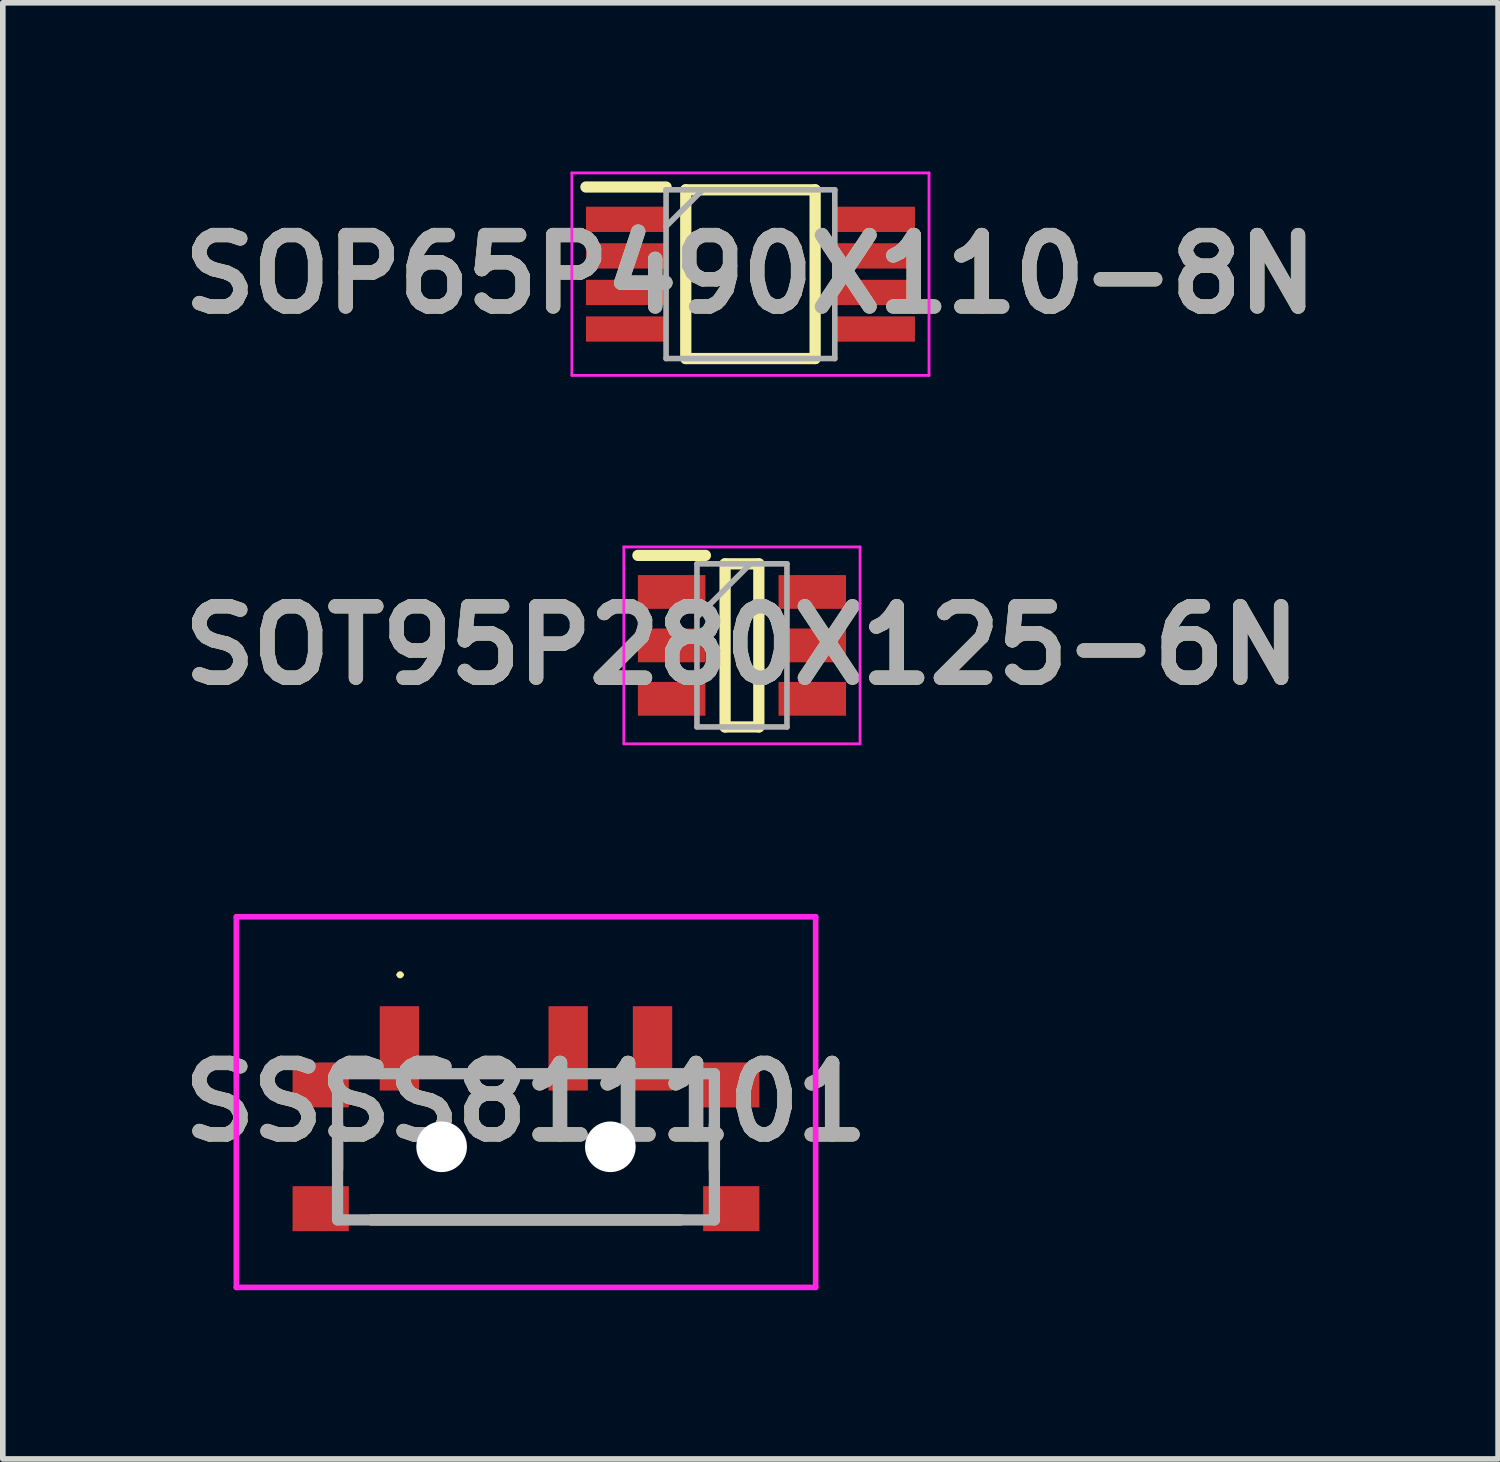
<source format=kicad_pcb>
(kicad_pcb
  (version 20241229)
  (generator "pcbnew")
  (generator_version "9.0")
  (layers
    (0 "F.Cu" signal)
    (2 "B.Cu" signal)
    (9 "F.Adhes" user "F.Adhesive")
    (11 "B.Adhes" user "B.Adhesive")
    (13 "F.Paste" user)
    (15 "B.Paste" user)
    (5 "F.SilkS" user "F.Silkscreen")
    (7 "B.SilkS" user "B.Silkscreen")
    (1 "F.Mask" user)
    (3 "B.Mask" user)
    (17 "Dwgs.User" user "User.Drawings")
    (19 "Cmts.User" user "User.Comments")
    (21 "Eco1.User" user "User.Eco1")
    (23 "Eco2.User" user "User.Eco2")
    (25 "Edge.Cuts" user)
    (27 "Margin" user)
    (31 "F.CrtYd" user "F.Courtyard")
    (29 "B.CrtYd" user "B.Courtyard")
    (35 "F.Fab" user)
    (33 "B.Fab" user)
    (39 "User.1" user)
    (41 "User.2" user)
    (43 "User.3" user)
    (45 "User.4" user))
  (footprint "SSSS811101"
    (layer "F.Cu")
    (at 6.302 17.34)
    (property "Reference" "SSSS811101" (at 0 -0.795 0) (layer "F.SilkS") (effects (font (size 1.27 1.27) (thickness 0.254))))
    (attr through_hole)
    (fp_line (start -3.35 -0.4) (end -3.35 0.4) (stroke (width 0.2) (type solid)) (layer "F.SilkS"))
    (fp_line (start -2.748 1.3) (end 2.748 1.3) (stroke (width 0.2) (type solid)) (layer "F.SilkS"))
    (fp_line (start -2.27 -3.058) (end -2.27 -3.058) (stroke (width 0.063) (type solid)) (layer "F.SilkS"))
    (fp_line (start -2.206 -3.058) (end -2.206 -3.058) (stroke (width 0.063) (type solid)) (layer "F.SilkS"))
    (fp_line (start 3.35 -0.4) (end 3.35 0.4) (stroke (width 0.2) (type solid)) (layer "F.SilkS"))
    (fp_arc (start -2.27 -3.058) (mid -2.238 -3.09) (end -2.206 -3.058) (stroke (width 0.06306) (type solid)) (layer "F.SilkS"))
    (fp_arc (start -2.206 -3.058) (mid -2.238 -3.026) (end -2.27 -3.058) (stroke (width 0.06306) (type solid)) (layer "F.SilkS"))
    (fp_line (start -5.15 -4.09) (end 5.15 -4.09) (stroke (width 0.1) (type solid)) (layer "F.CrtYd"))
    (fp_line (start -5.15 2.5) (end -5.15 -4.09) (stroke (width 0.1) (type solid)) (layer "F.CrtYd"))
    (fp_line (start 5.15 -4.09) (end 5.15 2.5) (stroke (width 0.1) (type solid)) (layer "F.CrtYd"))
    (fp_line (start 5.15 2.5) (end -5.15 2.5) (stroke (width 0.1) (type solid)) (layer "F.CrtYd"))
    (fp_line (start -3.35 -1.3) (end 3.35 -1.3) (stroke (width 0.2) (type solid)) (layer "F.Fab"))
    (fp_line (start -3.35 1.3) (end -3.35 -1.3) (stroke (width 0.2) (type solid)) (layer "F.Fab"))
    (fp_line (start 3.35 -1.3) (end 3.35 1.3) (stroke (width 0.2) (type solid)) (layer "F.Fab"))
    (fp_line (start 3.35 1.3) (end -3.35 1.3) (stroke (width 0.2) (type solid)) (layer "F.Fab"))
    (fp_text user "${REFERENCE}" (at 0 -0.795 0) (layer "F.Fab") (effects (font (size 1.27 1.27) (thickness 0.254))))
    (pad "" np_thru_hole circle (at -1.5 0) (size 0.9 0.9) (drill 0.9) (layers "*.Cu" "*.Mask"))
    (pad "" np_thru_hole circle (at 1.5 0) (size 0.9 0.9) (drill 0.9) (layers "*.Cu" "*.Mask"))
    (pad "1" smd rect (at -2.25 -1.75) (size 0.7 1.5) (layers "F.Cu" "F.Mask" "F.Paste"))
    (pad "2" smd rect (at 0.75 -1.75) (size 0.7 1.5) (layers "F.Cu" "F.Mask" "F.Paste"))
    (pad "3" smd rect (at 2.25 -1.75) (size 0.7 1.5) (layers "F.Cu" "F.Mask" "F.Paste"))
    (pad "4" smd rect (at -3.65 -1.1 90) (size 0.8 1) (layers "F.Cu" "F.Mask" "F.Paste"))
    (pad "5" smd rect (at -3.65 1.1 90) (size 0.8 1) (layers "F.Cu" "F.Mask" "F.Paste"))
    (pad "6" smd rect (at 3.65 -1.1 90) (size 0.8 1) (layers "F.Cu" "F.Mask" "F.Paste"))
    (pad "7" smd rect (at 3.65 1.1 90) (size 0.8 1) (layers "F.Cu" "F.Mask" "F.Paste")))
  (footprint "SOP65P490X110-8N"
    (layer "F.Cu")
    (at 10.293 1.825)
    (property "Reference" "SOP65P490X110-8N" (at 0 0 0) (layer "F.SilkS") (effects (font (size 1.27 1.27) (thickness 0.254))))
    (attr smd)
    (fp_line (start -2.925 -1.55) (end -1.5 -1.55) (stroke (width 0.2) (type solid)) (layer "F.SilkS"))
    (fp_line (start -1.15 -1.5) (end 1.15 -1.5) (stroke (width 0.2) (type solid)) (layer "F.SilkS"))
    (fp_line (start -1.15 1.5) (end -1.15 -1.5) (stroke (width 0.2) (type solid)) (layer "F.SilkS"))
    (fp_line (start 1.15 -1.5) (end 1.15 1.5) (stroke (width 0.2) (type solid)) (layer "F.SilkS"))
    (fp_line (start 1.15 1.5) (end -1.15 1.5) (stroke (width 0.2) (type solid)) (layer "F.SilkS"))
    (fp_line (start -3.175 -1.8) (end 3.175 -1.8) (stroke (width 0.05) (type solid)) (layer "F.CrtYd"))
    (fp_line (start -3.175 1.8) (end -3.175 -1.8) (stroke (width 0.05) (type solid)) (layer "F.CrtYd"))
    (fp_line (start 3.175 -1.8) (end 3.175 1.8) (stroke (width 0.05) (type solid)) (layer "F.CrtYd"))
    (fp_line (start 3.175 1.8) (end -3.175 1.8) (stroke (width 0.05) (type solid)) (layer "F.CrtYd"))
    (fp_line (start -1.5 -1.5) (end 1.5 -1.5) (stroke (width 0.1) (type solid)) (layer "F.Fab"))
    (fp_line (start -1.5 -0.85) (end -0.85 -1.5) (stroke (width 0.1) (type solid)) (layer "F.Fab"))
    (fp_line (start -1.5 1.5) (end -1.5 -1.5) (stroke (width 0.1) (type solid)) (layer "F.Fab"))
    (fp_line (start 1.5 -1.5) (end 1.5 1.5) (stroke (width 0.1) (type solid)) (layer "F.Fab"))
    (fp_line (start 1.5 1.5) (end -1.5 1.5) (stroke (width 0.1) (type solid)) (layer "F.Fab"))
    (fp_text user "${REFERENCE}" (at 0 0 0) (layer "F.Fab") (effects (font (size 1.27 1.27) (thickness 0.254))))
    (pad "1" smd rect (at -2.212 -0.975 90) (size 0.45 1.425) (layers "F.Cu" "F.Mask" "F.Paste"))
    (pad "2" smd rect (at -2.212 -0.325 90) (size 0.45 1.425) (layers "F.Cu" "F.Mask" "F.Paste"))
    (pad "3" smd rect (at -2.212 0.325 90) (size 0.45 1.425) (layers "F.Cu" "F.Mask" "F.Paste"))
    (pad "4" smd rect (at -2.212 0.975 90) (size 0.45 1.425) (layers "F.Cu" "F.Mask" "F.Paste"))
    (pad "5" smd rect (at 2.212 0.975 90) (size 0.45 1.425) (layers "F.Cu" "F.Mask" "F.Paste"))
    (pad "6" smd rect (at 2.212 0.325 90) (size 0.45 1.425) (layers "F.Cu" "F.Mask" "F.Paste"))
    (pad "7" smd rect (at 2.212 -0.325 90) (size 0.45 1.425) (layers "F.Cu" "F.Mask" "F.Paste"))
    (pad "8" smd rect (at 2.212 -0.975 90) (size 0.45 1.425) (layers "F.Cu" "F.Mask" "F.Paste")))
  (footprint "SOT95P280X125-6N"
    (layer "F.Cu")
    (at 10.142 8.425)
    (property "Reference" "SOT95P280X125-6N" (at 0 0 0) (layer "F.SilkS") (effects (font (size 1.27 1.27) (thickness 0.254))))
    (attr smd)
    (fp_line (start -1.85 -1.6) (end -0.65 -1.6) (stroke (width 0.2) (type solid)) (layer "F.SilkS"))
    (fp_line (start -0.3 -1.45) (end 0.3 -1.45) (stroke (width 0.2) (type solid)) (layer "F.SilkS"))
    (fp_line (start -0.3 1.45) (end -0.3 -1.45) (stroke (width 0.2) (type solid)) (layer "F.SilkS"))
    (fp_line (start 0.3 -1.45) (end 0.3 1.45) (stroke (width 0.2) (type solid)) (layer "F.SilkS"))
    (fp_line (start 0.3 1.45) (end -0.3 1.45) (stroke (width 0.2) (type solid)) (layer "F.SilkS"))
    (fp_line (start -2.1 -1.75) (end 2.1 -1.75) (stroke (width 0.05) (type solid)) (layer "F.CrtYd"))
    (fp_line (start -2.1 1.75) (end -2.1 -1.75) (stroke (width 0.05) (type solid)) (layer "F.CrtYd"))
    (fp_line (start 2.1 -1.75) (end 2.1 1.75) (stroke (width 0.05) (type solid)) (layer "F.CrtYd"))
    (fp_line (start 2.1 1.75) (end -2.1 1.75) (stroke (width 0.05) (type solid)) (layer "F.CrtYd"))
    (fp_line (start -0.8 -1.45) (end 0.8 -1.45) (stroke (width 0.1) (type solid)) (layer "F.Fab"))
    (fp_line (start -0.8 -0.5) (end 0.15 -1.45) (stroke (width 0.1) (type solid)) (layer "F.Fab"))
    (fp_line (start -0.8 1.45) (end -0.8 -1.45) (stroke (width 0.1) (type solid)) (layer "F.Fab"))
    (fp_line (start 0.8 -1.45) (end 0.8 1.45) (stroke (width 0.1) (type solid)) (layer "F.Fab"))
    (fp_line (start 0.8 1.45) (end -0.8 1.45) (stroke (width 0.1) (type solid)) (layer "F.Fab"))
    (fp_text user "${REFERENCE}" (at 0 0 0) (layer "F.Fab") (effects (font (size 1.27 1.27) (thickness 0.254))))
    (pad "1" smd rect (at -1.25 -0.95 90) (size 0.6 1.2) (layers "F.Cu" "F.Mask" "F.Paste"))
    (pad "2" smd rect (at -1.25 0 90) (size 0.6 1.2) (layers "F.Cu" "F.Mask" "F.Paste"))
    (pad "3" smd rect (at -1.25 0.95 90) (size 0.6 1.2) (layers "F.Cu" "F.Mask" "F.Paste"))
    (pad "4" smd rect (at 1.25 0.95 90) (size 0.6 1.2) (layers "F.Cu" "F.Mask" "F.Paste"))
    (pad "5" smd rect (at 1.25 0 90) (size 0.6 1.2) (layers "F.Cu" "F.Mask" "F.Paste"))
    (pad "6" smd rect (at 1.25 -0.95 90) (size 0.6 1.2) (layers "F.Cu" "F.Mask" "F.Paste")))
  (gr_rect
    (start -3 -3)
    (end 23.586 22.89)
    (stroke (width 0.1) (type default))
    (fill no)
    (layer "Edge.Cuts")))
</source>
